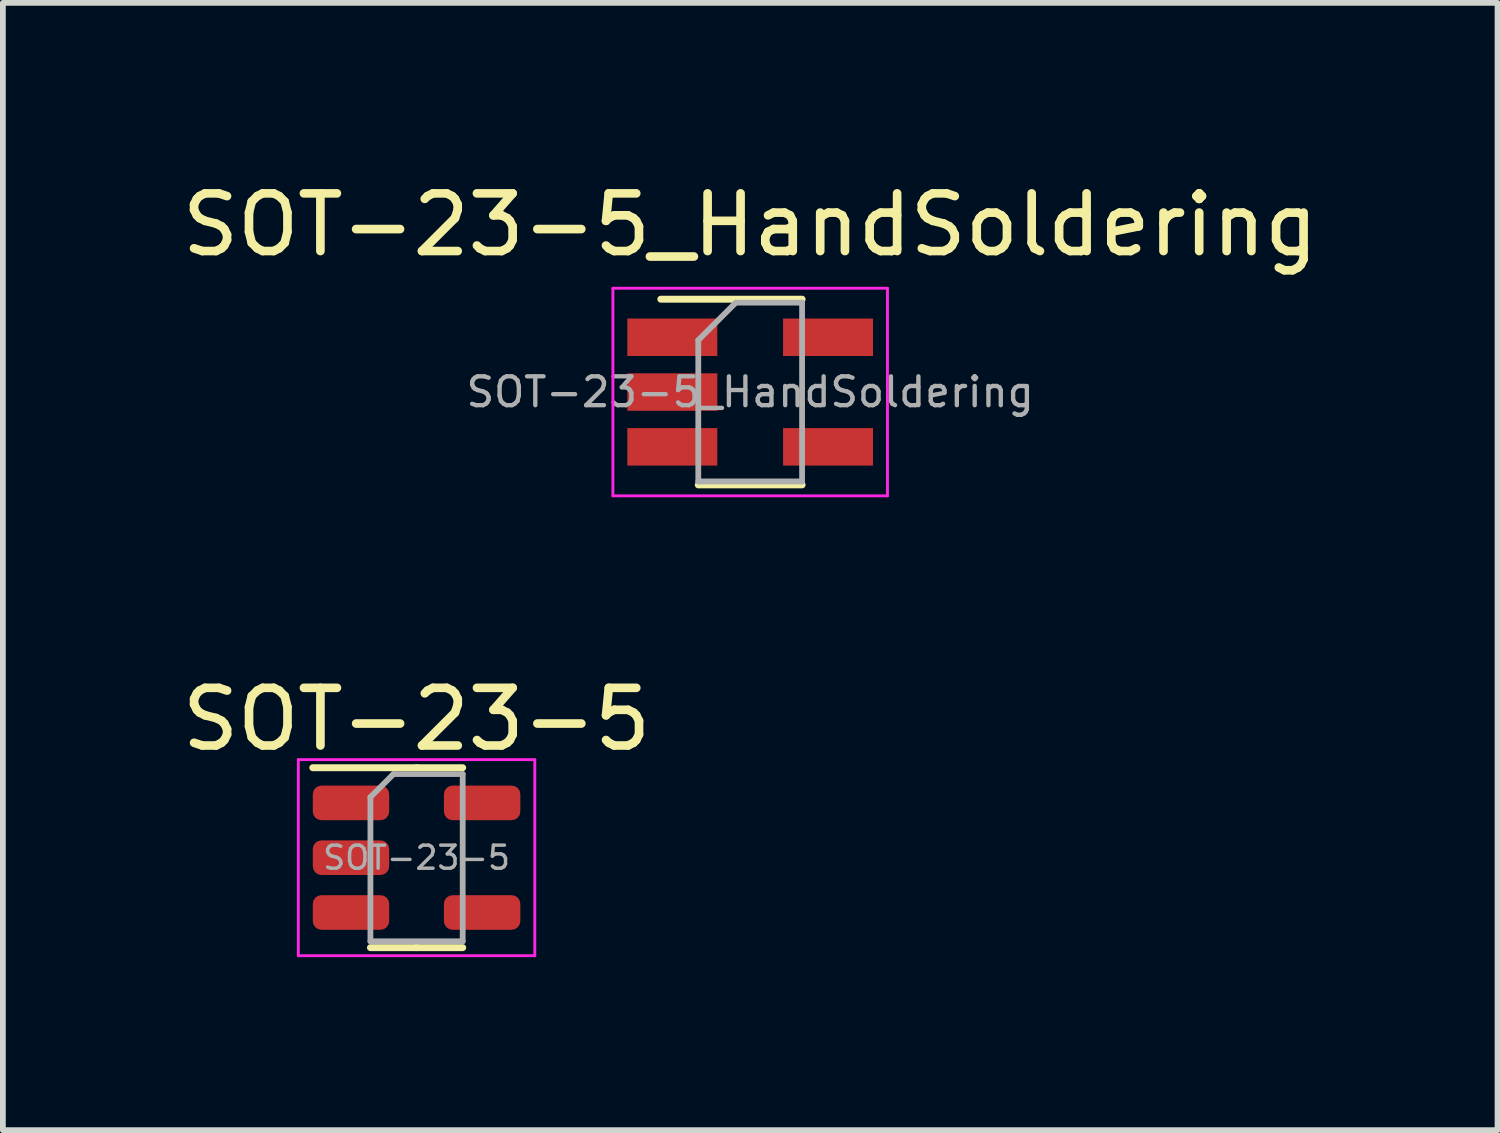
<source format=kicad_pcb>
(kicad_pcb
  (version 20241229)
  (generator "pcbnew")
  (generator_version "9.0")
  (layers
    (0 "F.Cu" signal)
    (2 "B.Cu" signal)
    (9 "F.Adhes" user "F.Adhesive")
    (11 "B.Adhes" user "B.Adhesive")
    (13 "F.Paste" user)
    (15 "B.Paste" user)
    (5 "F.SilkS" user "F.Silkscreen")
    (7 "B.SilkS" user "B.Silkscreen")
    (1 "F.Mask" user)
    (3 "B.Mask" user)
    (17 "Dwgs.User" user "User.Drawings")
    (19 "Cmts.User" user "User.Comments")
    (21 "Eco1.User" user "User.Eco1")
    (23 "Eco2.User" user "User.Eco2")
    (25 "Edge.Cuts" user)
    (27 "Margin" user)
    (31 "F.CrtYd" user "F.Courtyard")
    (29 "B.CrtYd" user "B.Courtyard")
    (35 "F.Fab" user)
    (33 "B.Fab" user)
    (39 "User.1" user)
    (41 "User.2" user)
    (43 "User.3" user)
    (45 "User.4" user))
  (footprint "SOT-23-5_HandSoldering"
    (layer "F.Cu")
    (at 9.958 3.748)
    (property "Reference" "SOT-23-5_HandSoldering" (at 0 -2.9 0) (layer "F.SilkS") (effects (font (size 1 1) (thickness 0.15))))
    (attr smd)
    (fp_line (start -0.9 1.61) (end 0.9 1.61) (stroke (width 0.12) (type solid)) (layer "F.SilkS"))
    (fp_line (start 0.9 -1.61) (end -1.55 -1.61) (stroke (width 0.12) (type solid)) (layer "F.SilkS"))
    (fp_line (start -2.38 -1.8) (end -2.38 1.8) (stroke (width 0.05) (type solid)) (layer "F.CrtYd"))
    (fp_line (start -2.38 -1.8) (end 2.38 -1.8) (stroke (width 0.05) (type solid)) (layer "F.CrtYd"))
    (fp_line (start 2.38 1.8) (end -2.38 1.8) (stroke (width 0.05) (type solid)) (layer "F.CrtYd"))
    (fp_line (start 2.38 1.8) (end 2.38 -1.8) (stroke (width 0.05) (type solid)) (layer "F.CrtYd"))
    (fp_line (start -0.9 -0.9) (end -0.9 1.55) (stroke (width 0.1) (type solid)) (layer "F.Fab"))
    (fp_line (start -0.9 -0.9) (end -0.25 -1.55) (stroke (width 0.1) (type solid)) (layer "F.Fab"))
    (fp_line (start 0.9 -1.55) (end -0.25 -1.55) (stroke (width 0.1) (type solid)) (layer "F.Fab"))
    (fp_line (start 0.9 -1.55) (end 0.9 1.55) (stroke (width 0.1) (type solid)) (layer "F.Fab"))
    (fp_line (start 0.9 1.55) (end -0.9 1.55) (stroke (width 0.1) (type solid)) (layer "F.Fab"))
    (fp_text user "${REFERENCE}" (at 0 0 180) (layer "F.Fab") (effects (font (size 0.5 0.5) (thickness 0.075))))
    (pad "1" smd rect (at -1.35 -0.95) (size 1.56 0.65) (layers "F.Cu" "F.Mask" "F.Paste"))
    (pad "2" smd rect (at -1.35 0) (size 1.56 0.65) (layers "F.Cu" "F.Mask" "F.Paste"))
    (pad "3" smd rect (at -1.35 0.95) (size 1.56 0.65) (layers "F.Cu" "F.Mask" "F.Paste"))
    (pad "4" smd rect (at 1.35 0.95) (size 1.56 0.65) (layers "F.Cu" "F.Mask" "F.Paste"))
    (pad "5" smd rect (at 1.35 -0.95) (size 1.56 0.65) (layers "F.Cu" "F.Mask" "F.Paste")))
  (footprint "SOT-23-5"
    (layer "F.Cu")
    (at 4.173 11.822)
    (property "Reference" "SOT-23-5" (at 0 -2.4 0) (layer "F.SilkS") (effects (font (size 1 1) (thickness 0.15))))
    (attr smd)
    (fp_line (start 0 -1.56) (end -1.8 -1.56) (stroke (width 0.12) (type solid)) (layer "F.SilkS"))
    (fp_line (start 0 -1.56) (end 0.8 -1.56) (stroke (width 0.12) (type solid)) (layer "F.SilkS"))
    (fp_line (start 0 1.56) (end -0.8 1.56) (stroke (width 0.12) (type solid)) (layer "F.SilkS"))
    (fp_line (start 0 1.56) (end 0.8 1.56) (stroke (width 0.12) (type solid)) (layer "F.SilkS"))
    (fp_line (start -2.05 -1.7) (end -2.05 1.7) (stroke (width 0.05) (type solid)) (layer "F.CrtYd"))
    (fp_line (start -2.05 1.7) (end 2.05 1.7) (stroke (width 0.05) (type solid)) (layer "F.CrtYd"))
    (fp_line (start 2.05 -1.7) (end -2.05 -1.7) (stroke (width 0.05) (type solid)) (layer "F.CrtYd"))
    (fp_line (start 2.05 1.7) (end 2.05 -1.7) (stroke (width 0.05) (type solid)) (layer "F.CrtYd"))
    (fp_line (start -0.8 -1.05) (end -0.4 -1.45) (stroke (width 0.1) (type solid)) (layer "F.Fab"))
    (fp_line (start -0.8 1.45) (end -0.8 -1.05) (stroke (width 0.1) (type solid)) (layer "F.Fab"))
    (fp_line (start -0.4 -1.45) (end 0.8 -1.45) (stroke (width 0.1) (type solid)) (layer "F.Fab"))
    (fp_line (start 0.8 -1.45) (end 0.8 1.45) (stroke (width 0.1) (type solid)) (layer "F.Fab"))
    (fp_line (start 0.8 1.45) (end -0.8 1.45) (stroke (width 0.1) (type solid)) (layer "F.Fab"))
    (fp_text user "${REFERENCE}" (at 0 0 0) (layer "F.Fab") (effects (font (size 0.4 0.4) (thickness 0.06))))
    (pad "1" smd roundrect (at -1.137 -0.95) (size 1.325 0.6) (layers "F.Cu" "F.Mask" "F.Paste") (roundrect_rratio 0.25))
    (pad "2" smd roundrect (at -1.137 0) (size 1.325 0.6) (layers "F.Cu" "F.Mask" "F.Paste") (roundrect_rratio 0.25))
    (pad "3" smd roundrect (at -1.137 0.95) (size 1.325 0.6) (layers "F.Cu" "F.Mask" "F.Paste") (roundrect_rratio 0.25))
    (pad "4" smd roundrect (at 1.137 0.95) (size 1.325 0.6) (layers "F.Cu" "F.Mask" "F.Paste") (roundrect_rratio 0.25))
    (pad "5" smd roundrect (at 1.137 -0.95) (size 1.325 0.6) (layers "F.Cu" "F.Mask" "F.Paste") (roundrect_rratio 0.25)))
  (gr_rect
    (start -3 -3)
    (end 22.917 16.547)
    (stroke (width 0.1) (type default))
    (fill no)
    (layer "Edge.Cuts")))
</source>
